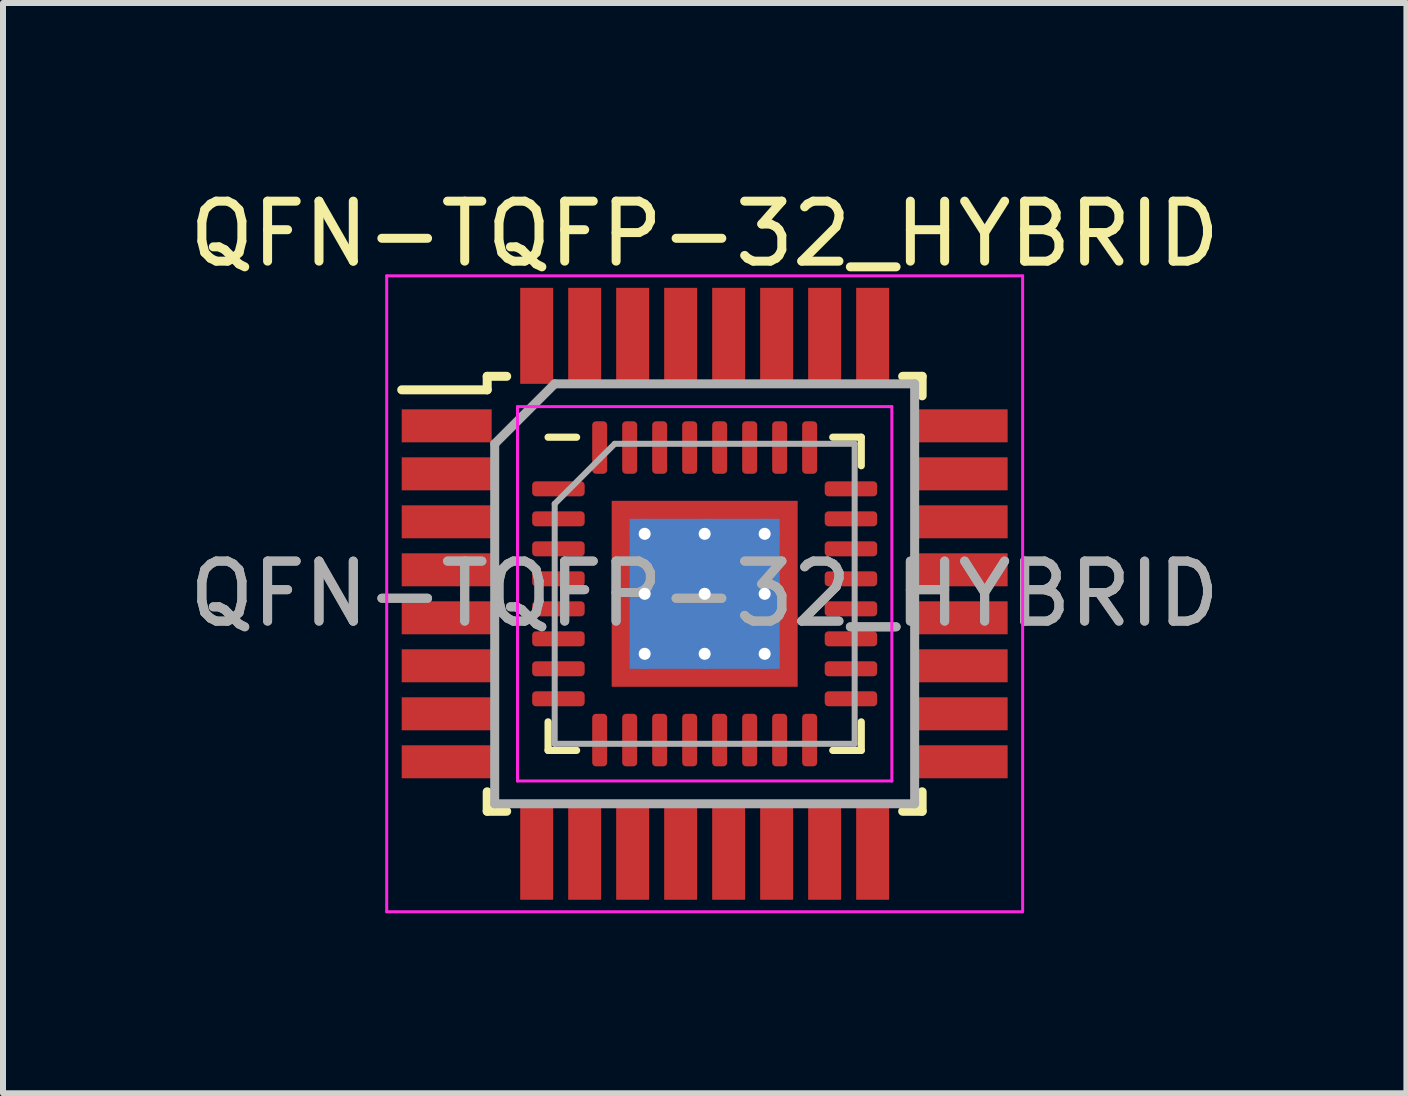
<source format=kicad_pcb>
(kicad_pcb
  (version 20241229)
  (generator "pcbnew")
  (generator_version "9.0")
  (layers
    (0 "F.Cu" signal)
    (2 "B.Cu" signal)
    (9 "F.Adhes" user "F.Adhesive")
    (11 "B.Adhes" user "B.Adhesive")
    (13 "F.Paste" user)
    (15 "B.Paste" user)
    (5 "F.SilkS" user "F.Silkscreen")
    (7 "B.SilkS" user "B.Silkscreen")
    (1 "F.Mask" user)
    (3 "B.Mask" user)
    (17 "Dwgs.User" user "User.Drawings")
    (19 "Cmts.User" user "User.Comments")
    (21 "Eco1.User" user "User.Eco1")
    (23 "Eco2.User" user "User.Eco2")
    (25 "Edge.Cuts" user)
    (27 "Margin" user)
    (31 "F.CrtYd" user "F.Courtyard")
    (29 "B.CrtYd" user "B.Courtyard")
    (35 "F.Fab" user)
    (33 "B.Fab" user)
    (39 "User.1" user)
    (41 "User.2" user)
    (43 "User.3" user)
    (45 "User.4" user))
  (footprint "QFN-TQFP-32_HYBRID"
    (layer "F.Cu")
    (at 8.696 6.848)
    (property "Reference" "QFN-TQFP-32_HYBRID" (at 0 -6 0) (layer "F.SilkS") (effects (font (size 1 1) (thickness 0.15))))
    (attr smd)
    (fp_line (start -3.625 -3.625) (end -3.625 -3.4) (stroke (width 0.15) (type solid)) (layer "F.SilkS"))
    (fp_line (start -3.625 -3.625) (end -3.3 -3.625) (stroke (width 0.15) (type solid)) (layer "F.SilkS"))
    (fp_line (start -3.625 -3.4) (end -5.05 -3.4) (stroke (width 0.15) (type solid)) (layer "F.SilkS"))
    (fp_line (start -3.625 3.625) (end -3.625 3.3) (stroke (width 0.15) (type solid)) (layer "F.SilkS"))
    (fp_line (start -3.625 3.625) (end -3.3 3.625) (stroke (width 0.15) (type solid)) (layer "F.SilkS"))
    (fp_line (start -2.61 2.61) (end -2.61 2.135) (stroke (width 0.12) (type solid)) (layer "F.SilkS"))
    (fp_line (start -2.135 -2.61) (end -2.61 -2.61) (stroke (width 0.12) (type solid)) (layer "F.SilkS"))
    (fp_line (start -2.135 2.61) (end -2.61 2.61) (stroke (width 0.12) (type solid)) (layer "F.SilkS"))
    (fp_line (start 2.135 -2.61) (end 2.61 -2.61) (stroke (width 0.12) (type solid)) (layer "F.SilkS"))
    (fp_line (start 2.135 2.61) (end 2.61 2.61) (stroke (width 0.12) (type solid)) (layer "F.SilkS"))
    (fp_line (start 2.61 -2.61) (end 2.61 -2.135) (stroke (width 0.12) (type solid)) (layer "F.SilkS"))
    (fp_line (start 2.61 2.61) (end 2.61 2.135) (stroke (width 0.12) (type solid)) (layer "F.SilkS"))
    (fp_line (start 3.625 -3.625) (end 3.3 -3.625) (stroke (width 0.15) (type solid)) (layer "F.SilkS"))
    (fp_line (start 3.625 -3.625) (end 3.625 -3.3) (stroke (width 0.15) (type solid)) (layer "F.SilkS"))
    (fp_line (start 3.625 3.625) (end 3.3 3.625) (stroke (width 0.15) (type solid)) (layer "F.SilkS"))
    (fp_line (start 3.625 3.625) (end 3.625 3.3) (stroke (width 0.15) (type solid)) (layer "F.SilkS"))
    (fp_line (start -5.3 -5.3) (end -5.3 5.3) (stroke (width 0.05) (type solid)) (layer "F.CrtYd"))
    (fp_line (start -5.3 -5.3) (end 5.3 -5.3) (stroke (width 0.05) (type solid)) (layer "F.CrtYd"))
    (fp_line (start -5.3 5.3) (end 5.3 5.3) (stroke (width 0.05) (type solid)) (layer "F.CrtYd"))
    (fp_line (start -3.12 -3.12) (end -3.12 3.12) (stroke (width 0.05) (type solid)) (layer "F.CrtYd"))
    (fp_line (start -3.12 3.12) (end 3.12 3.12) (stroke (width 0.05) (type solid)) (layer "F.CrtYd"))
    (fp_line (start 3.12 -3.12) (end -3.12 -3.12) (stroke (width 0.05) (type solid)) (layer "F.CrtYd"))
    (fp_line (start 3.12 3.12) (end 3.12 -3.12) (stroke (width 0.05) (type solid)) (layer "F.CrtYd"))
    (fp_line (start 5.3 -5.3) (end 5.3 5.3) (stroke (width 0.05) (type solid)) (layer "F.CrtYd"))
    (fp_line (start -3.5 -2.5) (end -2.5 -3.5) (stroke (width 0.15) (type solid)) (layer "F.Fab"))
    (fp_line (start -3.5 3.5) (end -3.5 -2.5) (stroke (width 0.15) (type solid)) (layer "F.Fab"))
    (fp_line (start -2.5 -3.5) (end 3.5 -3.5) (stroke (width 0.15) (type solid)) (layer "F.Fab"))
    (fp_line (start -2.5 -1.5) (end -1.5 -2.5) (stroke (width 0.1) (type solid)) (layer "F.Fab"))
    (fp_line (start -2.5 2.5) (end -2.5 -1.5) (stroke (width 0.1) (type solid)) (layer "F.Fab"))
    (fp_line (start -1.5 -2.5) (end 2.5 -2.5) (stroke (width 0.1) (type solid)) (layer "F.Fab"))
    (fp_line (start 2.5 -2.5) (end 2.5 2.5) (stroke (width 0.1) (type solid)) (layer "F.Fab"))
    (fp_line (start 2.5 2.5) (end -2.5 2.5) (stroke (width 0.1) (type solid)) (layer "F.Fab"))
    (fp_line (start 3.5 -3.5) (end 3.5 3.5) (stroke (width 0.15) (type solid)) (layer "F.Fab"))
    (fp_line (start 3.5 3.5) (end -3.5 3.5) (stroke (width 0.15) (type solid)) (layer "F.Fab"))
    (fp_text user "${REFERENCE}" (at 0 0 0) (layer "F.Fab") (effects (font (size 1 1) (thickness 0.15))))
    (fp_text user "${REFERENCE}" (at 0 0 0) (layer "F.Fab") (effects (font (size 1 1) (thickness 0.15))))
    (pad "" smd custom (at -1.275 -1.275) (size 0.319 0.319) (layers "F.Paste") (options (anchor circle)) (primitives (gr_poly (pts (xy 0.111 -0.000473) (xy -0.000473 0.111) (xy -0.111 0.111) (xy -0.111 -0.111) (xy 0.111 -0.111)) (width 0.222) (fill yes))))
    (pad "" smd custom (at -1.275 -0.5) (size 0.35 0.35) (layers "F.Paste") (options (anchor circle)) (primitives (gr_poly (pts (xy 0.128 -0.232) (xy 0.128 0.232) (xy 0.05 0.309) (xy -0.128 0.309) (xy -0.128 -0.309) (xy 0.05 -0.309)) (width 0.188) (fill yes))))
    (pad "" smd custom (at -1.275 0.5) (size 0.35 0.35) (layers "F.Paste") (options (anchor circle)) (primitives (gr_poly (pts (xy 0.128 -0.232) (xy 0.128 0.232) (xy 0.05 0.309) (xy -0.128 0.309) (xy -0.128 -0.309) (xy 0.05 -0.309)) (width 0.188) (fill yes))))
    (pad "" smd custom (at -1.275 1.275) (size 0.319 0.319) (layers "F.Paste") (options (anchor circle)) (primitives (gr_poly (pts (xy 0.111 0.000473) (xy 0.111 0.111) (xy -0.111 0.111) (xy -0.111 -0.111) (xy -0.000473 -0.111)) (width 0.222) (fill yes))))
    (pad "" smd custom (at -0.5 -1.275) (size 0.35 0.35) (layers "F.Paste") (options (anchor circle)) (primitives (gr_poly (pts (xy 0.309 0.05) (xy 0.232 0.128) (xy -0.232 0.128) (xy -0.309 0.05) (xy -0.309 -0.128) (xy 0.309 -0.128)) (width 0.188) (fill yes))))
    (pad "" smd roundrect (at -0.5 -0.5) (size 0.806 0.806) (layers "F.Paste") (roundrect_rratio 0.25))
    (pad "" smd roundrect (at -0.5 0.5) (size 0.806 0.806) (layers "F.Paste") (roundrect_rratio 0.25))
    (pad "" smd custom (at -0.5 1.275) (size 0.35 0.35) (layers "F.Paste") (options (anchor circle)) (primitives (gr_poly (pts (xy 0.309 -0.05) (xy 0.309 0.128) (xy -0.309 0.128) (xy -0.309 -0.05) (xy -0.232 -0.128) (xy 0.232 -0.128)) (width 0.188) (fill yes))))
    (pad "" smd custom (at 0.5 -1.275) (size 0.35 0.35) (layers "F.Paste") (options (anchor circle)) (primitives (gr_poly (pts (xy 0.309 0.05) (xy 0.232 0.128) (xy -0.232 0.128) (xy -0.309 0.05) (xy -0.309 -0.128) (xy 0.309 -0.128)) (width 0.188) (fill yes))))
    (pad "" smd roundrect (at 0.5 -0.5) (size 0.806 0.806) (layers "F.Paste") (roundrect_rratio 0.25))
    (pad "" smd roundrect (at 0.5 0.5) (size 0.806 0.806) (layers "F.Paste") (roundrect_rratio 0.25))
    (pad "" smd custom (at 0.5 1.275) (size 0.35 0.35) (layers "F.Paste") (options (anchor circle)) (primitives (gr_poly (pts (xy 0.309 -0.05) (xy 0.309 0.128) (xy -0.309 0.128) (xy -0.309 -0.05) (xy -0.232 -0.128) (xy 0.232 -0.128)) (width 0.188) (fill yes))))
    (pad "" smd custom (at 1.275 -1.275) (size 0.319 0.319) (layers "F.Paste") (options (anchor circle)) (primitives (gr_poly (pts (xy 0.111 0.111) (xy 0.000473 0.111) (xy -0.111 -0.000473) (xy -0.111 -0.111) (xy 0.111 -0.111)) (width 0.222) (fill yes))))
    (pad "" smd custom (at 1.275 -0.5) (size 0.35 0.35) (layers "F.Paste") (options (anchor circle)) (primitives (gr_poly (pts (xy 0.128 0.309) (xy -0.05 0.309) (xy -0.128 0.232) (xy -0.128 -0.232) (xy -0.05 -0.309) (xy 0.128 -0.309)) (width 0.188) (fill yes))))
    (pad "" smd custom (at 1.275 0.5) (size 0.35 0.35) (layers "F.Paste") (options (anchor circle)) (primitives (gr_poly (pts (xy 0.128 0.309) (xy -0.05 0.309) (xy -0.128 0.232) (xy -0.128 -0.232) (xy -0.05 -0.309) (xy 0.128 -0.309)) (width 0.188) (fill yes))))
    (pad "" smd custom (at 1.275 1.275) (size 0.319 0.319) (layers "F.Paste") (options (anchor circle)) (primitives (gr_poly (pts (xy 0.111 0.111) (xy -0.111 0.111) (xy -0.111 0.000473) (xy 0.000473 -0.111) (xy 0.111 -0.111)) (width 0.222) (fill yes))))
    (pad "1" smd rect (at -4.3 -2.8) (size 1.5 0.55) (layers "F.Cu" "F.Mask" "F.Paste"))
    (pad "1" smd roundrect (at -2.438 -1.75) (size 0.875 0.25) (layers "F.Cu" "F.Mask" "F.Paste") (roundrect_rratio 0.25))
    (pad "2" smd rect (at -4.3 -2) (size 1.5 0.55) (layers "F.Cu" "F.Mask" "F.Paste"))
    (pad "2" smd roundrect (at -2.438 -1.25) (size 0.875 0.25) (layers "F.Cu" "F.Mask" "F.Paste") (roundrect_rratio 0.25))
    (pad "3" smd rect (at -4.3 -1.2) (size 1.5 0.55) (layers "F.Cu" "F.Mask" "F.Paste"))
    (pad "3" smd roundrect (at -2.438 -0.75) (size 0.875 0.25) (layers "F.Cu" "F.Mask" "F.Paste") (roundrect_rratio 0.25))
    (pad "4" smd rect (at -4.3 -0.4) (size 1.5 0.55) (layers "F.Cu" "F.Mask" "F.Paste"))
    (pad "4" smd roundrect (at -2.438 -0.25) (size 0.875 0.25) (layers "F.Cu" "F.Mask" "F.Paste") (roundrect_rratio 0.25))
    (pad "5" smd rect (at -4.3 0.4) (size 1.5 0.55) (layers "F.Cu" "F.Mask" "F.Paste"))
    (pad "5" smd roundrect (at -2.438 0.25) (size 0.875 0.25) (layers "F.Cu" "F.Mask" "F.Paste") (roundrect_rratio 0.25))
    (pad "6" smd rect (at -4.3 1.2) (size 1.5 0.55) (layers "F.Cu" "F.Mask" "F.Paste"))
    (pad "6" smd roundrect (at -2.438 0.75) (size 0.875 0.25) (layers "F.Cu" "F.Mask" "F.Paste") (roundrect_rratio 0.25))
    (pad "7" smd rect (at -4.3 2) (size 1.5 0.55) (layers "F.Cu" "F.Mask" "F.Paste"))
    (pad "7" smd roundrect (at -2.438 1.25) (size 0.875 0.25) (layers "F.Cu" "F.Mask" "F.Paste") (roundrect_rratio 0.25))
    (pad "8" smd rect (at -4.3 2.8) (size 1.5 0.55) (layers "F.Cu" "F.Mask" "F.Paste"))
    (pad "8" smd roundrect (at -2.438 1.75) (size 0.875 0.25) (layers "F.Cu" "F.Mask" "F.Paste") (roundrect_rratio 0.25))
    (pad "9" smd rect (at -2.8 4.3 90) (size 1.6 0.55) (layers "F.Cu" "F.Mask" "F.Paste"))
    (pad "9" smd roundrect (at -1.75 2.438) (size 0.25 0.875) (layers "F.Cu" "F.Mask" "F.Paste") (roundrect_rratio 0.25))
    (pad "10" smd rect (at -2 4.3 90) (size 1.6 0.55) (layers "F.Cu" "F.Mask" "F.Paste"))
    (pad "10" smd roundrect (at -1.25 2.438) (size 0.25 0.875) (layers "F.Cu" "F.Mask" "F.Paste") (roundrect_rratio 0.25))
    (pad "11" smd rect (at -1.2 4.3 90) (size 1.6 0.55) (layers "F.Cu" "F.Mask" "F.Paste"))
    (pad "11" smd roundrect (at -0.75 2.438) (size 0.25 0.875) (layers "F.Cu" "F.Mask" "F.Paste") (roundrect_rratio 0.25))
    (pad "12" smd rect (at -0.4 4.3 90) (size 1.6 0.55) (layers "F.Cu" "F.Mask" "F.Paste"))
    (pad "12" smd roundrect (at -0.25 2.438) (size 0.25 0.875) (layers "F.Cu" "F.Mask" "F.Paste") (roundrect_rratio 0.25))
    (pad "13" smd roundrect (at 0.25 2.438) (size 0.25 0.875) (layers "F.Cu" "F.Mask" "F.Paste") (roundrect_rratio 0.25))
    (pad "13" smd rect (at 0.4 4.3 90) (size 1.6 0.55) (layers "F.Cu" "F.Mask" "F.Paste"))
    (pad "14" smd roundrect (at 0.75 2.438) (size 0.25 0.875) (layers "F.Cu" "F.Mask" "F.Paste") (roundrect_rratio 0.25))
    (pad "14" smd rect (at 1.2 4.3 90) (size 1.6 0.55) (layers "F.Cu" "F.Mask" "F.Paste"))
    (pad "15" smd roundrect (at 1.25 2.438) (size 0.25 0.875) (layers "F.Cu" "F.Mask" "F.Paste") (roundrect_rratio 0.25))
    (pad "15" smd rect (at 2 4.3 90) (size 1.6 0.55) (layers "F.Cu" "F.Mask" "F.Paste"))
    (pad "16" smd roundrect (at 1.75 2.438) (size 0.25 0.875) (layers "F.Cu" "F.Mask" "F.Paste") (roundrect_rratio 0.25))
    (pad "16" smd rect (at 2.8 4.3 90) (size 1.6 0.55) (layers "F.Cu" "F.Mask" "F.Paste"))
    (pad "17" smd roundrect (at 2.438 1.75) (size 0.875 0.25) (layers "F.Cu" "F.Mask" "F.Paste") (roundrect_rratio 0.25))
    (pad "17" smd rect (at 4.3 2.8) (size 1.5 0.55) (layers "F.Cu" "F.Mask" "F.Paste"))
    (pad "18" smd roundrect (at 2.438 1.25) (size 0.875 0.25) (layers "F.Cu" "F.Mask" "F.Paste") (roundrect_rratio 0.25))
    (pad "18" smd rect (at 4.3 2) (size 1.5 0.55) (layers "F.Cu" "F.Mask" "F.Paste"))
    (pad "19" smd roundrect (at 2.438 0.75) (size 0.875 0.25) (layers "F.Cu" "F.Mask" "F.Paste") (roundrect_rratio 0.25))
    (pad "19" smd rect (at 4.3 1.2) (size 1.5 0.55) (layers "F.Cu" "F.Mask" "F.Paste"))
    (pad "20" smd roundrect (at 2.438 0.25) (size 0.875 0.25) (layers "F.Cu" "F.Mask" "F.Paste") (roundrect_rratio 0.25))
    (pad "20" smd rect (at 4.3 0.4) (size 1.5 0.55) (layers "F.Cu" "F.Mask" "F.Paste"))
    (pad "21" smd roundrect (at 2.438 -0.25) (size 0.875 0.25) (layers "F.Cu" "F.Mask" "F.Paste") (roundrect_rratio 0.25))
    (pad "21" smd rect (at 4.3 -0.4) (size 1.5 0.55) (layers "F.Cu" "F.Mask" "F.Paste"))
    (pad "22" smd roundrect (at 2.438 -0.75) (size 0.875 0.25) (layers "F.Cu" "F.Mask" "F.Paste") (roundrect_rratio 0.25))
    (pad "22" smd rect (at 4.3 -1.2) (size 1.5 0.55) (layers "F.Cu" "F.Mask" "F.Paste"))
    (pad "23" smd roundrect (at 2.438 -1.25) (size 0.875 0.25) (layers "F.Cu" "F.Mask" "F.Paste") (roundrect_rratio 0.25))
    (pad "23" smd rect (at 4.3 -2) (size 1.5 0.55) (layers "F.Cu" "F.Mask" "F.Paste"))
    (pad "24" smd roundrect (at 2.438 -1.75) (size 0.875 0.25) (layers "F.Cu" "F.Mask" "F.Paste") (roundrect_rratio 0.25))
    (pad "24" smd rect (at 4.3 -2.8) (size 1.5 0.55) (layers "F.Cu" "F.Mask" "F.Paste"))
    (pad "25" smd roundrect (at 1.75 -2.438) (size 0.25 0.875) (layers "F.Cu" "F.Mask" "F.Paste") (roundrect_rratio 0.25))
    (pad "25" smd rect (at 2.8 -4.3 90) (size 1.6 0.55) (layers "F.Cu" "F.Mask" "F.Paste"))
    (pad "26" smd roundrect (at 1.25 -2.438) (size 0.25 0.875) (layers "F.Cu" "F.Mask" "F.Paste") (roundrect_rratio 0.25))
    (pad "26" smd rect (at 2 -4.3 90) (size 1.6 0.55) (layers "F.Cu" "F.Mask" "F.Paste"))
    (pad "27" smd roundrect (at 0.75 -2.438) (size 0.25 0.875) (layers "F.Cu" "F.Mask" "F.Paste") (roundrect_rratio 0.25))
    (pad "27" smd rect (at 1.2 -4.3 90) (size 1.6 0.55) (layers "F.Cu" "F.Mask" "F.Paste"))
    (pad "28" smd roundrect (at 0.25 -2.438) (size 0.25 0.875) (layers "F.Cu" "F.Mask" "F.Paste") (roundrect_rratio 0.25))
    (pad "28" smd rect (at 0.4 -4.3 90) (size 1.6 0.55) (layers "F.Cu" "F.Mask" "F.Paste"))
    (pad "29" smd rect (at -0.4 -4.3 90) (size 1.6 0.55) (layers "F.Cu" "F.Mask" "F.Paste"))
    (pad "29" smd roundrect (at -0.25 -2.438) (size 0.25 0.875) (layers "F.Cu" "F.Mask" "F.Paste") (roundrect_rratio 0.25))
    (pad "30" smd rect (at -1.2 -4.3 90) (size 1.6 0.55) (layers "F.Cu" "F.Mask" "F.Paste"))
    (pad "30" smd roundrect (at -0.75 -2.438) (size 0.25 0.875) (layers "F.Cu" "F.Mask" "F.Paste") (roundrect_rratio 0.25))
    (pad "31" smd rect (at -2 -4.3 90) (size 1.6 0.55) (layers "F.Cu" "F.Mask" "F.Paste"))
    (pad "31" smd roundrect (at -1.25 -2.438) (size 0.25 0.875) (layers "F.Cu" "F.Mask" "F.Paste") (roundrect_rratio 0.25))
    (pad "32" smd rect (at -2.8 -4.3 90) (size 1.6 0.55) (layers "F.Cu" "F.Mask" "F.Paste"))
    (pad "32" smd roundrect (at -1.75 -2.438) (size 0.25 0.875) (layers "F.Cu" "F.Mask" "F.Paste") (roundrect_rratio 0.25))
    (pad "33" thru_hole circle (at -1 -1) (size 0.5 0.5) (drill 0.2) (layers "*.Cu"))
    (pad "33" thru_hole circle (at -1 0) (size 0.5 0.5) (drill 0.2) (layers "*.Cu"))
    (pad "33" thru_hole circle (at -1 1) (size 0.5 0.5) (drill 0.2) (layers "*.Cu"))
    (pad "33" thru_hole circle (at 0 -1) (size 0.5 0.5) (drill 0.2) (layers "*.Cu"))
    (pad "33" thru_hole circle (at 0 0) (size 0.5 0.5) (drill 0.2) (layers "*.Cu"))
    (pad "33" smd rect (at 0 0) (size 2.5 2.5) (layers "B.Cu"))
    (pad "33" smd rect (at 0 0) (size 3.1 3.1) (layers "F.Cu" "F.Mask"))
    (pad "33" thru_hole circle (at 0 1) (size 0.5 0.5) (drill 0.2) (layers "*.Cu"))
    (pad "33" thru_hole circle (at 1 -1) (size 0.5 0.5) (drill 0.2) (layers "*.Cu"))
    (pad "33" thru_hole circle (at 1 0) (size 0.5 0.5) (drill 0.2) (layers "*.Cu"))
    (pad "33" thru_hole circle (at 1 1) (size 0.5 0.5) (drill 0.2) (layers "*.Cu")))
  (gr_rect
    (start -3 -3)
    (end 20.393 15.173)
    (stroke (width 0.1) (type default))
    (fill no)
    (layer "Edge.Cuts")))
</source>
